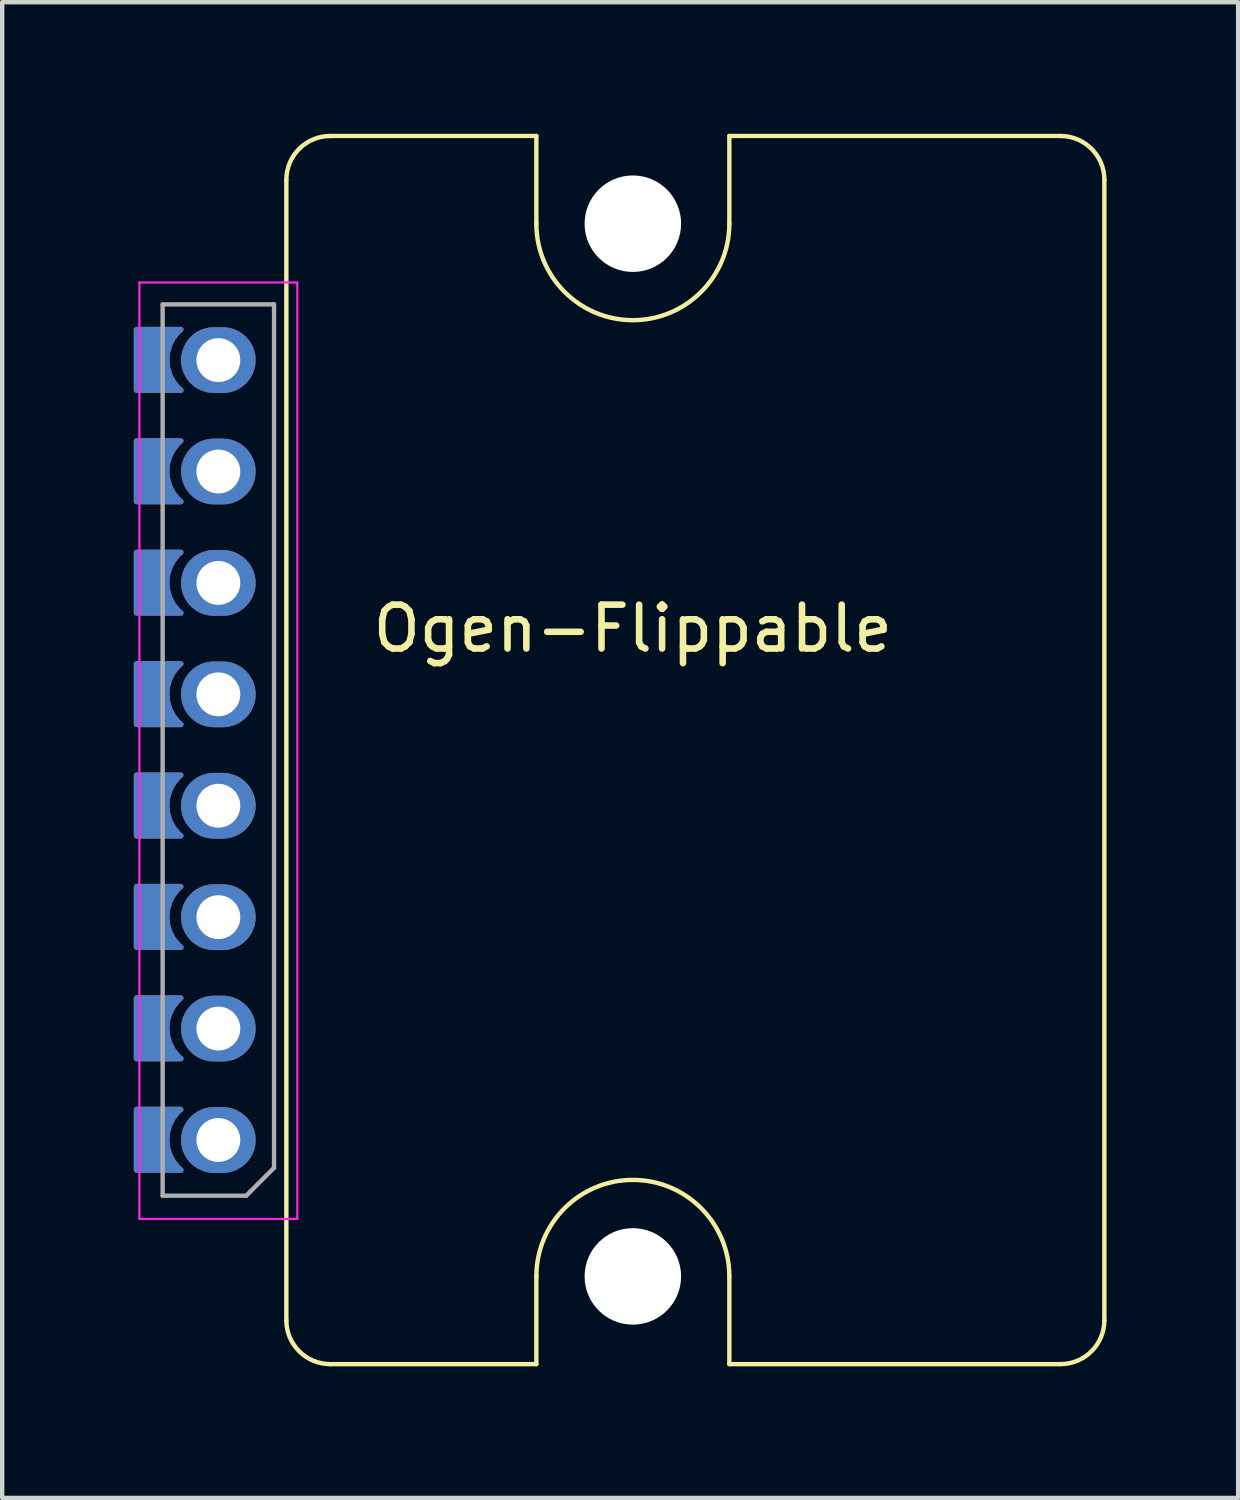
<source format=kicad_pcb>
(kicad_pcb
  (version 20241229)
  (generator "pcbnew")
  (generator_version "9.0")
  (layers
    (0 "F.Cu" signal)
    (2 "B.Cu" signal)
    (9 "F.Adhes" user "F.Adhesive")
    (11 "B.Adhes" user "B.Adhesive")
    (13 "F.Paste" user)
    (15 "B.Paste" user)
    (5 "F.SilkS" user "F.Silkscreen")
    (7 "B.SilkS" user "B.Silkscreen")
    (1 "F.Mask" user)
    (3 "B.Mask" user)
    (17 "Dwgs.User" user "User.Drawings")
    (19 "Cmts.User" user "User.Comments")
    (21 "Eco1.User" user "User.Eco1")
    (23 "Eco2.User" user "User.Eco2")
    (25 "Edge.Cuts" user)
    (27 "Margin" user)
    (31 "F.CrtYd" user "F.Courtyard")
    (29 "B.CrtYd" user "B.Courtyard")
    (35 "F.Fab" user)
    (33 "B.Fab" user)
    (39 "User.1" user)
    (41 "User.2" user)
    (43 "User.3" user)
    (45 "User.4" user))
  (footprint "Ogen-Flippable"
    (layer "F.Cu")
    (at 11.378 14.05)
    (property "Reference" "Ogen-Flippable" (at 0 -2.77 0) (layer "F.SilkS") (effects (font (size 1 1) (thickness 0.15))))
    (fp_line (start -7.9 -13) (end -7.9 13) (stroke (width 0.1) (type default)) (layer "F.SilkS"))
    (fp_line (start -2.2 -14) (end -6.9 -14) (stroke (width 0.1) (type solid)) (layer "F.SilkS"))
    (fp_line (start -2.2 -12) (end -2.2 -14) (stroke (width 0.1) (type default)) (layer "F.SilkS"))
    (fp_line (start -2.2 12) (end -2.2 14) (stroke (width 0.1) (type default)) (layer "F.SilkS"))
    (fp_line (start -2.2 14) (end -6.9 14) (stroke (width 0.1) (type default)) (layer "F.SilkS"))
    (fp_line (start 2.2 -14) (end 9.75 -14) (stroke (width 0.1) (type default)) (layer "F.SilkS"))
    (fp_line (start 2.2 -12) (end 2.2 -14) (stroke (width 0.1) (type default)) (layer "F.SilkS"))
    (fp_line (start 2.2 12) (end 2.2 14) (stroke (width 0.1) (type default)) (layer "F.SilkS"))
    (fp_line (start 2.2 14) (end 9.75 14) (stroke (width 0.1) (type solid)) (layer "F.SilkS"))
    (fp_line (start 10.75 13) (end 10.75 -13) (stroke (width 0.1) (type solid)) (layer "F.SilkS"))
    (fp_arc (start -7.900002 -12.999996) (mid -7.607109 -13.707102) (end -6.900003 -13.999996) (stroke (width 0.1) (type solid)) (layer "F.SilkS"))
    (fp_arc (start -6.900001 14.000003) (mid -7.607108 13.70711) (end -7.900002 13.000003) (stroke (width 0.1) (type solid)) (layer "F.SilkS"))
    (fp_arc (start -2.2 12) (mid 0 9.8) (end 2.2 12) (stroke (width 0.1) (type default)) (layer "F.SilkS"))
    (fp_arc (start 2.199998 -11.999996) (mid -0.000002 -9.799996) (end -2.200002 -11.999996) (stroke (width 0.1) (type default)) (layer "F.SilkS"))
    (fp_arc (start 9.749997 -13.999997) (mid 10.457105 -13.707104) (end 10.749998 -12.999997) (stroke (width 0.1) (type solid)) (layer "F.SilkS"))
    (fp_arc (start 10.749998 13.000003) (mid 10.457105 13.70711) (end 9.749999 14.000003) (stroke (width 0.1) (type solid)) (layer "F.SilkS"))
    (fp_line (start -11.25 -10.66) (end -11.25 10.69) (stroke (width 0.05) (type solid)) (layer "F.CrtYd"))
    (fp_line (start -11.25 10.69) (end -7.65 10.69) (stroke (width 0.05) (type solid)) (layer "F.CrtYd"))
    (fp_line (start -7.65 -10.66) (end -11.25 -10.66) (stroke (width 0.05) (type solid)) (layer "F.CrtYd"))
    (fp_line (start -7.65 10.69) (end -7.65 -10.66) (stroke (width 0.05) (type solid)) (layer "F.CrtYd"))
    (fp_line (start -10.72 -10.16) (end -8.18 -10.16) (stroke (width 0.1) (type solid)) (layer "F.Fab"))
    (fp_line (start -10.72 10.16) (end -10.72 -10.16) (stroke (width 0.1) (type solid)) (layer "F.Fab"))
    (fp_line (start -8.815 10.16) (end -10.72 10.16) (stroke (width 0.1) (type solid)) (layer "F.Fab"))
    (fp_line (start -8.18 -10.16) (end -8.18 9.525) (stroke (width 0.1) (type solid)) (layer "F.Fab"))
    (fp_line (start -8.18 9.525) (end -8.815 10.16) (stroke (width 0.1) (type solid)) (layer "F.Fab"))
    (pad "" thru_hole oval (at -9.45 -8.89) (size 1.7 1.5) (drill 1) (layers "*.Cu" "*.Mask"))
    (pad "" thru_hole oval (at -9.45 -6.35) (size 1.7 1.5) (drill 1) (layers "*.Cu" "*.Mask"))
    (pad "" thru_hole oval (at -9.45 -3.81) (size 1.7 1.5) (drill 1) (layers "*.Cu" "*.Mask"))
    (pad "" thru_hole oval (at -9.45 -1.27) (size 1.7 1.5) (drill 1) (layers "*.Cu" "*.Mask"))
    (pad "" thru_hole oval (at -9.45 1.27) (size 1.7 1.5) (drill 1) (layers "*.Cu" "*.Mask"))
    (pad "" thru_hole oval (at -9.45 3.81) (size 1.7 1.5) (drill 1) (layers "*.Cu" "*.Mask"))
    (pad "" thru_hole oval (at -9.45 6.35) (size 1.7 1.5) (drill 1) (layers "*.Cu" "*.Mask"))
    (pad "" thru_hole oval (at -9.45 8.89) (size 1.7 1.5) (drill 1) (layers "*.Cu" "*.Mask"))
    (pad "" np_thru_hole circle (at 0 -12) (size 2.2 2.2) (drill 2.2) (layers "*.Cu" "*.Mask"))
    (pad "" np_thru_hole circle (at 0 12) (size 2.2 2.2) (drill 2.2) (layers "*.Cu" "*.Mask"))
    (pad "1" smd custom (at -10.968 -8.9) (size 0.8 1.3) (layers "B.Cu" "B.Mask") (options (anchor rect)) (primitives (gr_poly (pts (xy 0.56 -0.67) (xy 0.34 -0.67) (xy 0.34 -0.3)) (width 0.1) (fill yes)) (gr_line (start 0.67 0.697) (end -0.35 0.697) (width 0.12)) (gr_poly (pts (xy 0.54 0.67) (xy 0.32 0.67) (xy 0.32 0.3)) (width 0.1) (fill yes)) (gr_line (start -0.35 0.697) (end -0.35 -0.69) (width 0.12)) (gr_arc (start 0.67 0.697) (mid 0.346842 0.007214) (end 0.659062 -0.687591) (width 0.12)) (gr_line (start -0.35 -0.69) (end 0.66 -0.69) (width 0.12))))
    (pad "1" smd custom (at -10.968 8.89 180) (size 0.8 1.3) (layers "F.Cu" "F.Mask") (options (anchor rect)) (primitives (gr_poly (pts (xy -0.56 -0.67) (xy -0.34 -0.67) (xy -0.34 -0.3)) (width 0.1) (fill yes)) (gr_line (start 0.35 0.697) (end -0.67 0.697) (width 0.12)) (gr_poly (pts (xy -0.54 0.67) (xy -0.32 0.67) (xy -0.32 0.3)) (width 0.1) (fill yes)) (gr_line (start 0.35 -0.69) (end 0.35 0.697) (width 0.12)) (gr_arc (start -0.659062 -0.687591) (mid -0.346843 0.007214) (end -0.67 0.697) (width 0.12)) (gr_line (start -0.66 -0.69) (end 0.35 -0.69) (width 0.12))))
    (pad "2" smd custom (at -10.968 -6.36) (size 0.8 1.3) (layers "B.Cu" "B.Mask") (options (anchor rect)) (primitives (gr_poly (pts (xy 0.56 -0.67) (xy 0.34 -0.67) (xy 0.34 -0.3)) (width 0.1) (fill yes)) (gr_line (start 0.67 0.697) (end -0.35 0.697) (width 0.12)) (gr_poly (pts (xy 0.54 0.67) (xy 0.32 0.67) (xy 0.32 0.3)) (width 0.1) (fill yes)) (gr_line (start -0.35 0.697) (end -0.35 -0.69) (width 0.12)) (gr_arc (start 0.67 0.697) (mid 0.346842 0.007214) (end 0.659062 -0.687591) (width 0.12)) (gr_line (start -0.35 -0.69) (end 0.66 -0.69) (width 0.12))))
    (pad "2" smd custom (at -10.968 6.35 180) (size 0.8 1.3) (layers "F.Cu" "F.Mask") (options (anchor rect)) (primitives (gr_poly (pts (xy -0.56 -0.67) (xy -0.34 -0.67) (xy -0.34 -0.3)) (width 0.1) (fill yes)) (gr_line (start 0.35 0.697) (end -0.67 0.697) (width 0.12)) (gr_poly (pts (xy -0.54 0.67) (xy -0.32 0.67) (xy -0.32 0.3)) (width 0.1) (fill yes)) (gr_line (start 0.35 -0.69) (end 0.35 0.697) (width 0.12)) (gr_arc (start -0.659062 -0.687591) (mid -0.346843 0.007214) (end -0.67 0.697) (width 0.12)) (gr_line (start -0.66 -0.69) (end 0.35 -0.69) (width 0.12))))
    (pad "3" smd custom (at -10.968 -3.82) (size 0.8 1.3) (layers "B.Cu" "B.Mask") (options (anchor rect)) (primitives (gr_poly (pts (xy 0.56 -0.67) (xy 0.34 -0.67) (xy 0.34 -0.3)) (width 0.1) (fill yes)) (gr_line (start 0.67 0.697) (end -0.35 0.697) (width 0.12)) (gr_poly (pts (xy 0.54 0.67) (xy 0.32 0.67) (xy 0.32 0.3)) (width 0.1) (fill yes)) (gr_line (start -0.35 0.697) (end -0.35 -0.69) (width 0.12)) (gr_arc (start 0.67 0.697) (mid 0.346842 0.007214) (end 0.659062 -0.687591) (width 0.12)) (gr_line (start -0.35 -0.69) (end 0.66 -0.69) (width 0.12))))
    (pad "3" smd custom (at -10.968 3.81 180) (size 0.8 1.3) (layers "F.Cu" "F.Mask") (options (anchor rect)) (primitives (gr_poly (pts (xy -0.56 -0.67) (xy -0.34 -0.67) (xy -0.34 -0.3)) (width 0.1) (fill yes)) (gr_line (start 0.35 0.697) (end -0.67 0.697) (width 0.12)) (gr_poly (pts (xy -0.54 0.67) (xy -0.32 0.67) (xy -0.32 0.3)) (width 0.1) (fill yes)) (gr_line (start 0.35 -0.69) (end 0.35 0.697) (width 0.12)) (gr_arc (start -0.659062 -0.687591) (mid -0.346843 0.007214) (end -0.67 0.697) (width 0.12)) (gr_line (start -0.66 -0.69) (end 0.35 -0.69) (width 0.12))))
    (pad "4" smd custom (at -10.968 -1.28) (size 0.8 1.3) (layers "B.Cu" "B.Mask") (options (anchor rect)) (primitives (gr_poly (pts (xy 0.56 -0.67) (xy 0.34 -0.67) (xy 0.34 -0.3)) (width 0.1) (fill yes)) (gr_line (start 0.67 0.697) (end -0.35 0.697) (width 0.12)) (gr_poly (pts (xy 0.54 0.67) (xy 0.32 0.67) (xy 0.32 0.3)) (width 0.1) (fill yes)) (gr_line (start -0.35 0.697) (end -0.35 -0.69) (width 0.12)) (gr_arc (start 0.67 0.697) (mid 0.346842 0.007214) (end 0.659062 -0.687591) (width 0.12)) (gr_line (start -0.35 -0.69) (end 0.66 -0.69) (width 0.12))))
    (pad "4" smd custom (at -10.968 1.27 180) (size 0.8 1.3) (layers "F.Cu" "F.Mask") (options (anchor rect)) (primitives (gr_poly (pts (xy -0.56 -0.67) (xy -0.34 -0.67) (xy -0.34 -0.3)) (width 0.1) (fill yes)) (gr_line (start 0.35 0.697) (end -0.67 0.697) (width 0.12)) (gr_poly (pts (xy -0.54 0.67) (xy -0.32 0.67) (xy -0.32 0.3)) (width 0.1) (fill yes)) (gr_line (start 0.35 -0.69) (end 0.35 0.697) (width 0.12)) (gr_arc (start -0.659062 -0.687591) (mid -0.346843 0.007214) (end -0.67 0.697) (width 0.12)) (gr_line (start -0.66 -0.69) (end 0.35 -0.69) (width 0.12))))
    (pad "5" smd custom (at -10.968 -1.27 180) (size 0.8 1.3) (layers "F.Cu" "F.Mask") (options (anchor rect)) (primitives (gr_poly (pts (xy -0.56 -0.67) (xy -0.34 -0.67) (xy -0.34 -0.3)) (width 0.1) (fill yes)) (gr_line (start 0.35 0.697) (end -0.67 0.697) (width 0.12)) (gr_poly (pts (xy -0.54 0.67) (xy -0.32 0.67) (xy -0.32 0.3)) (width 0.1) (fill yes)) (gr_line (start 0.35 -0.69) (end 0.35 0.697) (width 0.12)) (gr_arc (start -0.659062 -0.687591) (mid -0.346843 0.007214) (end -0.67 0.697) (width 0.12)) (gr_line (start -0.66 -0.69) (end 0.35 -0.69) (width 0.12))))
    (pad "5" smd custom (at -10.968 1.26) (size 0.8 1.3) (layers "B.Cu" "B.Mask") (options (anchor rect)) (primitives (gr_poly (pts (xy 0.56 -0.67) (xy 0.34 -0.67) (xy 0.34 -0.3)) (width 0.1) (fill yes)) (gr_line (start 0.67 0.697) (end -0.35 0.697) (width 0.12)) (gr_poly (pts (xy 0.54 0.67) (xy 0.32 0.67) (xy 0.32 0.3)) (width 0.1) (fill yes)) (gr_line (start -0.35 0.697) (end -0.35 -0.69) (width 0.12)) (gr_arc (start 0.67 0.697) (mid 0.346842 0.007214) (end 0.659062 -0.687591) (width 0.12)) (gr_line (start -0.35 -0.69) (end 0.66 -0.69) (width 0.12))))
    (pad "6" smd custom (at -10.968 -3.81 180) (size 0.8 1.3) (layers "F.Cu" "F.Mask") (options (anchor rect)) (primitives (gr_poly (pts (xy -0.56 -0.67) (xy -0.34 -0.67) (xy -0.34 -0.3)) (width 0.1) (fill yes)) (gr_line (start 0.35 0.697) (end -0.67 0.697) (width 0.12)) (gr_poly (pts (xy -0.54 0.67) (xy -0.32 0.67) (xy -0.32 0.3)) (width 0.1) (fill yes)) (gr_line (start 0.35 -0.69) (end 0.35 0.697) (width 0.12)) (gr_arc (start -0.659062 -0.687591) (mid -0.346843 0.007214) (end -0.67 0.697) (width 0.12)) (gr_line (start -0.66 -0.69) (end 0.35 -0.69) (width 0.12))))
    (pad "6" smd custom (at -10.968 3.8) (size 0.8 1.3) (layers "B.Cu" "B.Mask") (options (anchor rect)) (primitives (gr_poly (pts (xy 0.56 -0.67) (xy 0.34 -0.67) (xy 0.34 -0.3)) (width 0.1) (fill yes)) (gr_line (start 0.67 0.697) (end -0.35 0.697) (width 0.12)) (gr_poly (pts (xy 0.54 0.67) (xy 0.32 0.67) (xy 0.32 0.3)) (width 0.1) (fill yes)) (gr_line (start -0.35 0.697) (end -0.35 -0.69) (width 0.12)) (gr_arc (start 0.67 0.697) (mid 0.346842 0.007214) (end 0.659062 -0.687591) (width 0.12)) (gr_line (start -0.35 -0.69) (end 0.66 -0.69) (width 0.12))))
    (pad "7" smd custom (at -10.968 -6.35 180) (size 0.8 1.3) (layers "F.Cu" "F.Mask") (options (anchor rect)) (primitives (gr_poly (pts (xy -0.56 -0.67) (xy -0.34 -0.67) (xy -0.34 -0.3)) (width 0.1) (fill yes)) (gr_line (start 0.35 0.697) (end -0.67 0.697) (width 0.12)) (gr_poly (pts (xy -0.54 0.67) (xy -0.32 0.67) (xy -0.32 0.3)) (width 0.1) (fill yes)) (gr_line (start 0.35 -0.69) (end 0.35 0.697) (width 0.12)) (gr_arc (start -0.659062 -0.687591) (mid -0.346843 0.007214) (end -0.67 0.697) (width 0.12)) (gr_line (start -0.66 -0.69) (end 0.35 -0.69) (width 0.12))))
    (pad "7" smd custom (at -10.968 6.34) (size 0.8 1.3) (layers "B.Cu" "B.Mask") (options (anchor rect)) (primitives (gr_poly (pts (xy 0.56 -0.67) (xy 0.34 -0.67) (xy 0.34 -0.3)) (width 0.1) (fill yes)) (gr_line (start 0.67 0.697) (end -0.35 0.697) (width 0.12)) (gr_poly (pts (xy 0.54 0.67) (xy 0.32 0.67) (xy 0.32 0.3)) (width 0.1) (fill yes)) (gr_line (start -0.35 0.697) (end -0.35 -0.69) (width 0.12)) (gr_arc (start 0.67 0.697) (mid 0.346842 0.007214) (end 0.659062 -0.687591) (width 0.12)) (gr_line (start -0.35 -0.69) (end 0.66 -0.69) (width 0.12))))
    (pad "8" smd custom (at -10.968 -8.89 180) (size 0.8 1.3) (layers "F.Cu" "F.Mask") (options (anchor rect)) (primitives (gr_poly (pts (xy -0.56 -0.67) (xy -0.34 -0.67) (xy -0.34 -0.3)) (width 0.1) (fill yes)) (gr_line (start 0.35 0.697) (end -0.67 0.697) (width 0.12)) (gr_poly (pts (xy -0.54 0.67) (xy -0.32 0.67) (xy -0.32 0.3)) (width 0.1) (fill yes)) (gr_line (start 0.35 -0.69) (end 0.35 0.697) (width 0.12)) (gr_arc (start -0.659062 -0.687591) (mid -0.346843 0.007214) (end -0.67 0.697) (width 0.12)) (gr_line (start -0.66 -0.69) (end 0.35 -0.69) (width 0.12))))
    (pad "8" smd custom (at -10.968 8.88) (size 0.8 1.3) (layers "B.Cu" "B.Mask") (options (anchor rect)) (primitives (gr_poly (pts (xy 0.56 -0.67) (xy 0.34 -0.67) (xy 0.34 -0.3)) (width 0.1) (fill yes)) (gr_line (start 0.67 0.697) (end -0.35 0.697) (width 0.12)) (gr_poly (pts (xy 0.54 0.67) (xy 0.32 0.67) (xy 0.32 0.3)) (width 0.1) (fill yes)) (gr_line (start -0.35 0.697) (end -0.35 -0.69) (width 0.12)) (gr_arc (start 0.67 0.697) (mid 0.346842 0.007214) (end 0.659062 -0.687591) (width 0.12)) (gr_line (start -0.35 -0.69) (end 0.66 -0.69) (width 0.12)))))
  (gr_rect
    (start -3 -3)
    (end 25.178 31.1)
    (stroke (width 0.1) (type default))
    (fill no)
    (layer "Edge.Cuts")))
</source>
